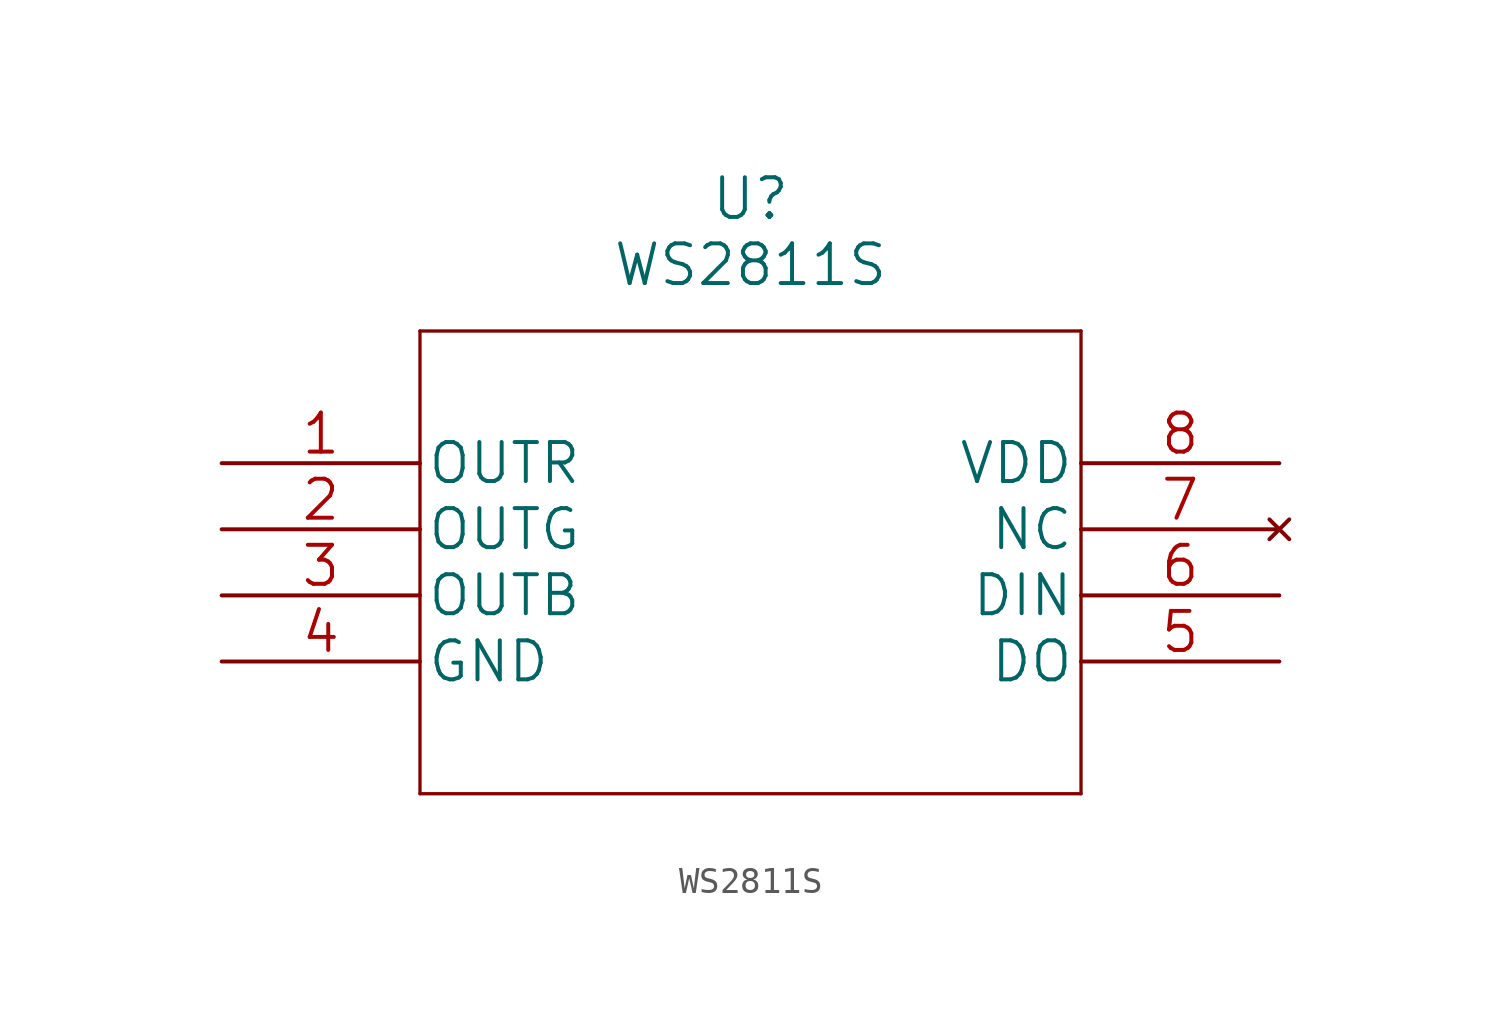
<source format=kicad_sym>
(kicad_symbol_lib
  (version 20211014)
  (generator kicad_symbol_editor)
  (symbol "WS2811S"
    (pin_names
      (offset 0.254))
    (property "Reference" "U"
      (at 20.32 10.16 0)
      (effects (font (size 1.524 1.524))))
    (property "Value" "WS2811S"
      (at 20.32 7.62 0)
      (effects (font (size 1.524 1.524))))
    (property "Datasheet" ""
      (at 0 0 0)
      (effects (font (size 1.524 1.524))))
    (property "ki_locked" ""
      (at 0 0 0)
      (effects (font (size 1.27 1.27))))
    (symbol "WS2811S_1_1"
      (polyline (pts (xy 7.62 -12.7) (xy 33.02 -12.7)) (stroke (width 0.127) (type default) (color 0 0 0 0)) (fill (type none)))
      (polyline (pts (xy 7.62 5.08) (xy 7.62 -12.7)) (stroke (width 0.127) (type default) (color 0 0 0 0)) (fill (type none)))
      (polyline (pts (xy 33.02 -12.7) (xy 33.02 5.08)) (stroke (width 0.127) (type default) (color 0 0 0 0)) (fill (type none)))
      (polyline (pts (xy 33.02 5.08) (xy 7.62 5.08)) (stroke (width 0.127) (type default) (color 0 0 0 0)) (fill (type none)))
      (pin output line (at 0 0 0) (length 7.62) (name "OUTR" (effects (font (size 1.499 1.499)))) (number "1" (effects (font (size 1.499 1.499)))))
      (pin output line (at 0 -2.54 0) (length 7.62) (name "OUTG" (effects (font (size 1.499 1.499)))) (number "2" (effects (font (size 1.499 1.499)))))
      (pin output line (at 0 -5.08 0) (length 7.62) (name "OUTB" (effects (font (size 1.499 1.499)))) (number "3" (effects (font (size 1.499 1.499)))))
      (pin power_in line (at 0 -7.62 0) (length 7.62) (name "GND" (effects (font (size 1.499 1.499)))) (number "4" (effects (font (size 1.499 1.499)))))
      (pin output line (at 40.64 -7.62 180) (length 7.62) (name "DO" (effects (font (size 1.499 1.499)))) (number "5" (effects (font (size 1.499 1.499)))))
      (pin input line (at 40.64 -5.08 180) (length 7.62) (name "DIN" (effects (font (size 1.499 1.499)))) (number "6" (effects (font (size 1.499 1.499)))))
      (pin no_connect line (at 40.64 -2.54 180) (length 7.62) (name "NC" (effects (font (size 1.499 1.499)))) (number "7" (effects (font (size 1.499 1.499)))))
      (pin power_in line (at 40.64 0 180) (length 7.62) (name "VDD" (effects (font (size 1.499 1.499)))) (number "8" (effects (font (size 1.499 1.499))))))))
</source>
